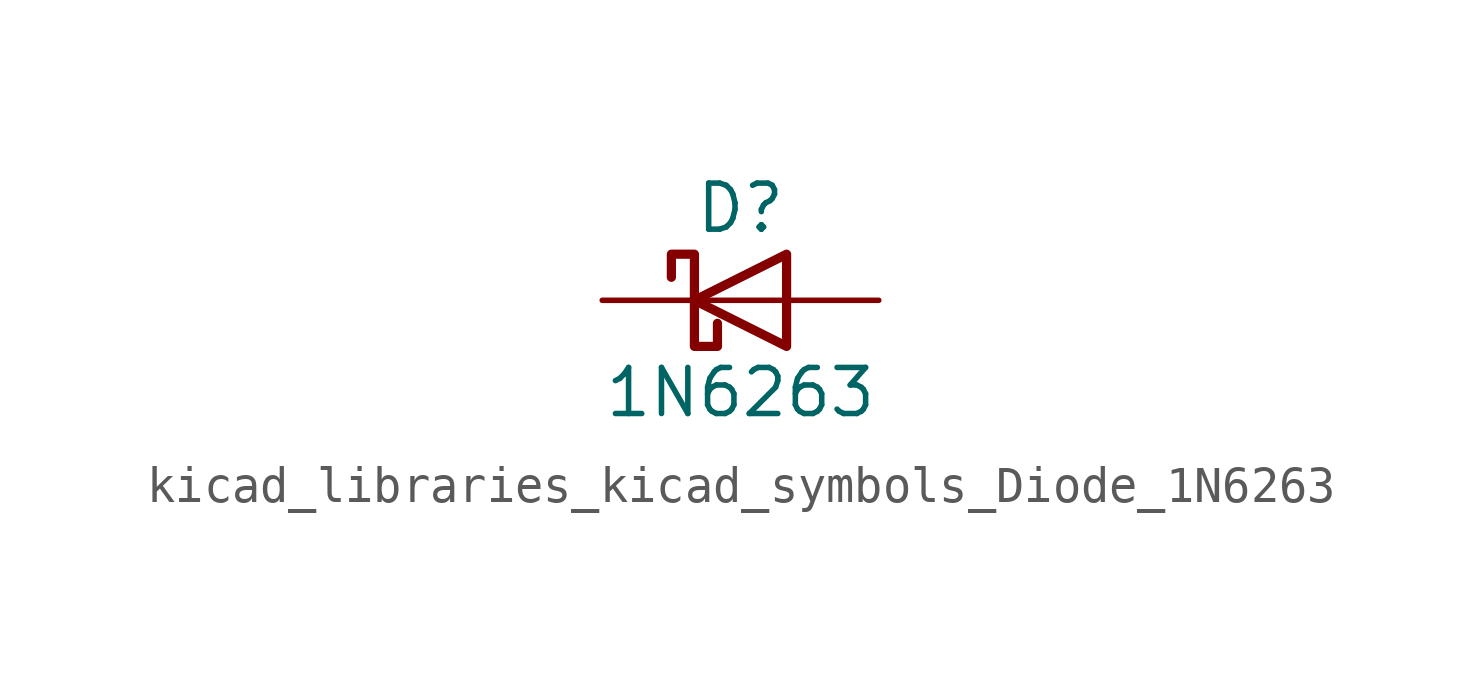
<source format=kicad_sym>
(kicad_symbol_lib
  (version 20220914)
  (generator kicad_symbol_editor)
  (symbol "kicad_libraries_kicad_symbols_Diode_1N6263"
    (pin_numbers hide)
    (pin_names
      (offset 1.016) hide)
    (property "Reference" "D"
      (at 0 2.54 0)
      (effects (font (size 1.27 1.27))))
    (property "Value" "1N6263"
      (at 0 -2.54 0)
      (effects (font (size 1.27 1.27))))
    (symbol "kicad_libraries_kicad_symbols_Diode_1N6263_0_1"
      (polyline (pts (xy 1.27 0) (xy -1.27 0)) (stroke (width 0) (type default)) (fill (type none)))
      (polyline (pts (xy 1.27 1.27) (xy 1.27 -1.27) (xy -1.27 0) (xy 1.27 1.27)) (stroke (width 0.254) (type default)) (fill (type none)))
      (polyline (pts (xy -1.905 0.635) (xy -1.905 1.27) (xy -1.27 1.27) (xy -1.27 -1.27) (xy -0.635 -1.27) (xy -0.635 -0.635)) (stroke (width 0.254) (type default)) (fill (type none))))
    (symbol "kicad_libraries_kicad_symbols_Diode_1N6263_1_1"
      (pin passive line (at -3.81 0 0) (length 2.54) (name "K" (effects (font (size 1.27 1.27)))) (number "1" (effects (font (size 1.27 1.27)))))
      (pin passive line (at 3.81 0 180) (length 2.54) (name "A" (effects (font (size 1.27 1.27)))) (number "2" (effects (font (size 1.27 1.27))))))))
</source>
